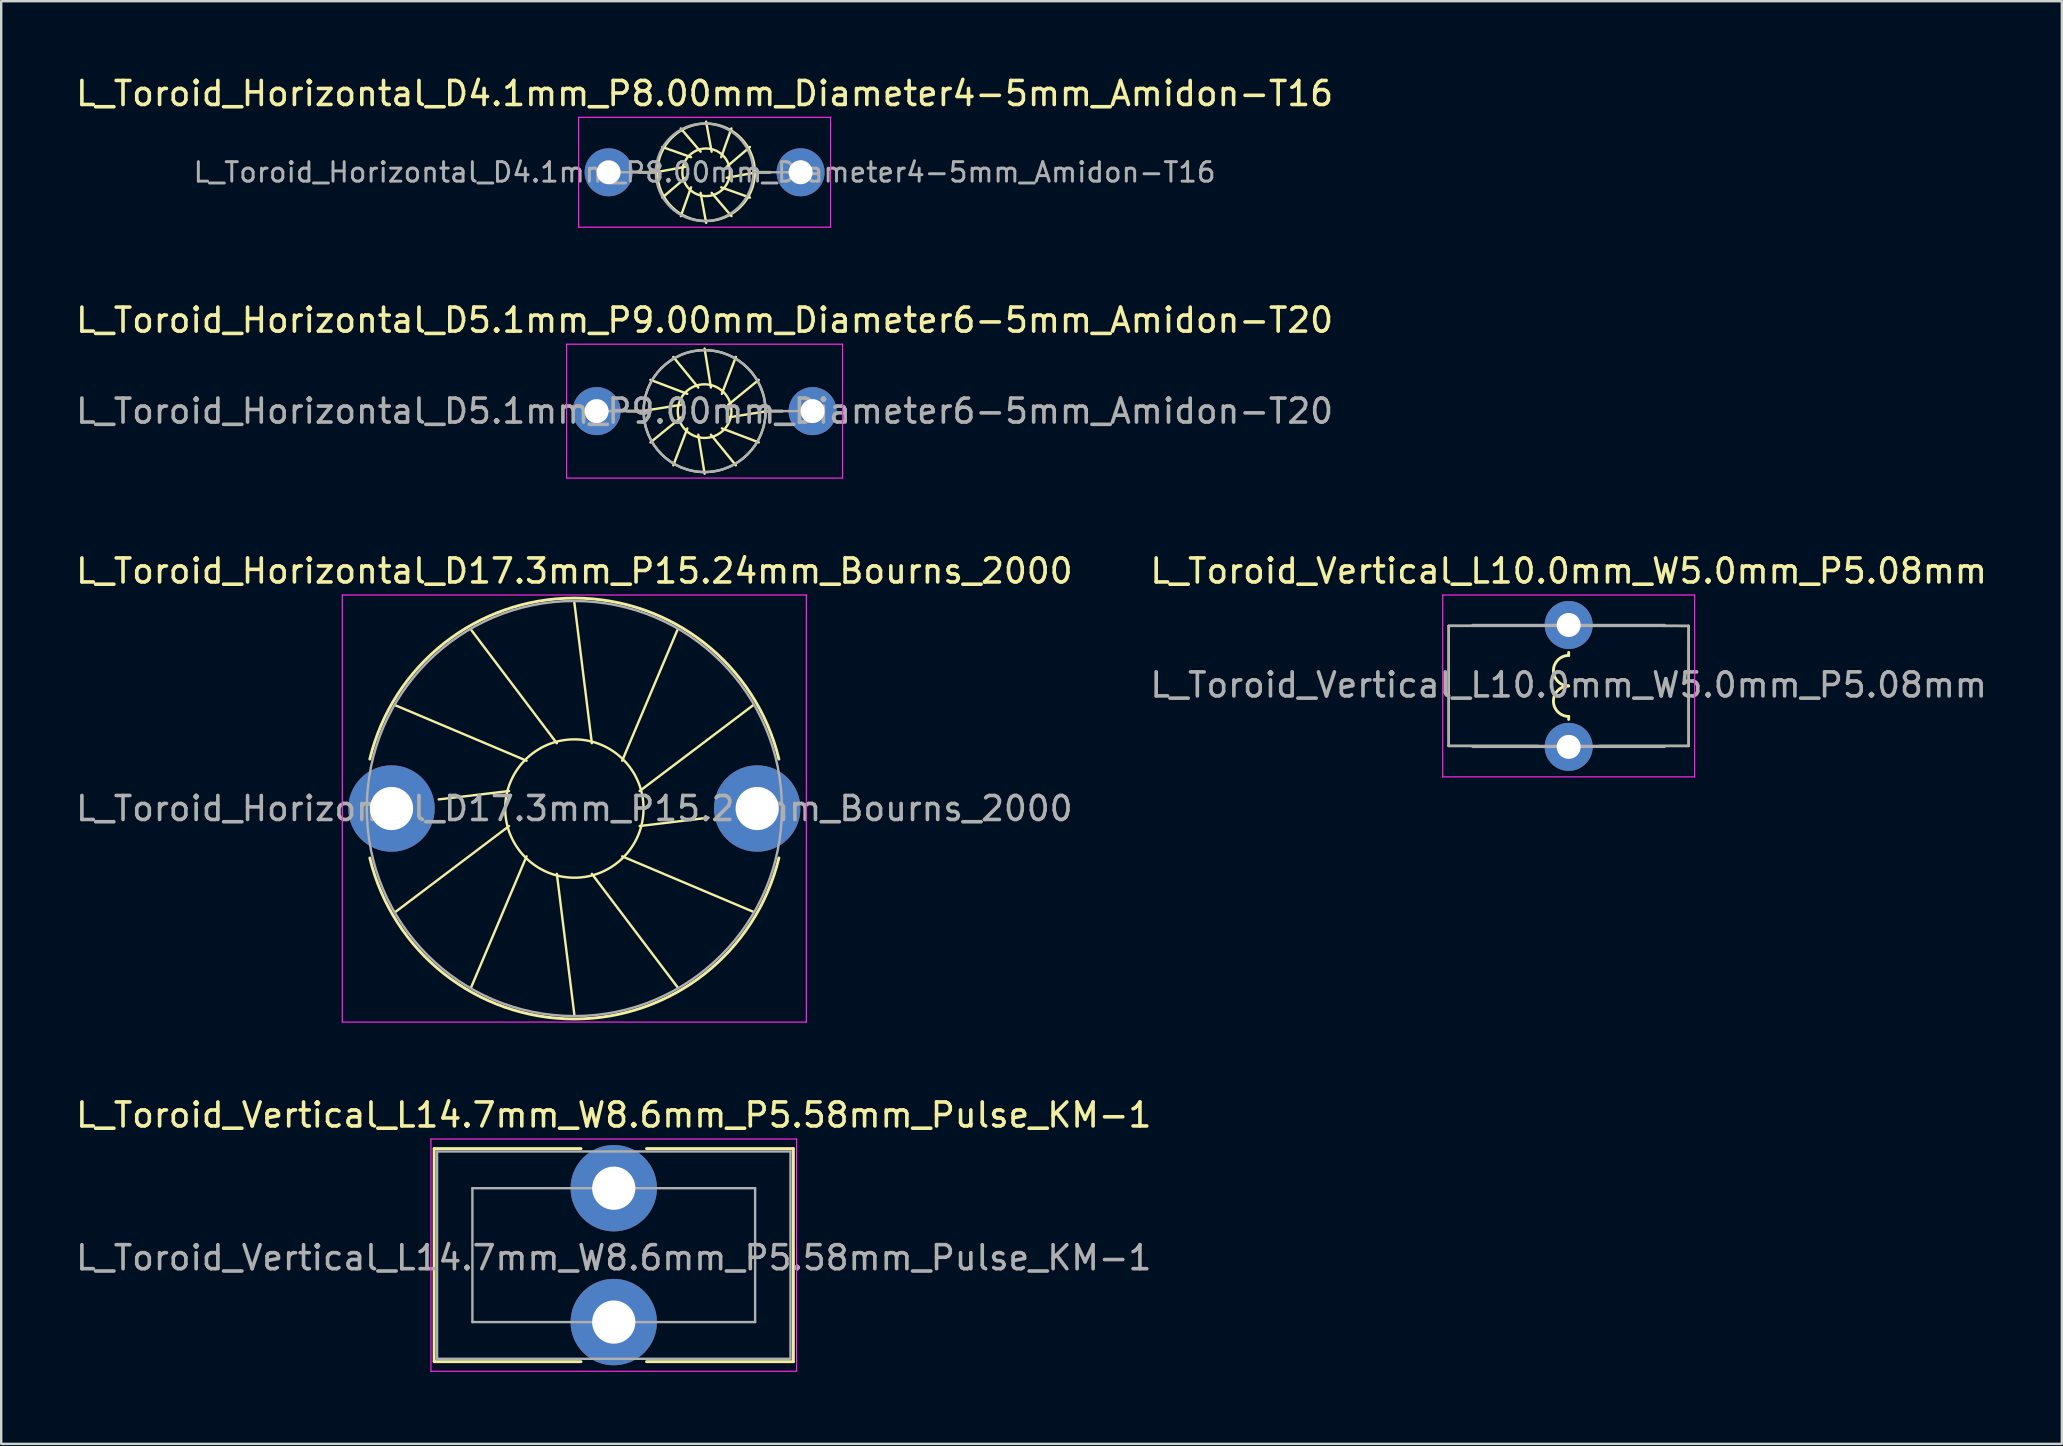
<source format=kicad_pcb>
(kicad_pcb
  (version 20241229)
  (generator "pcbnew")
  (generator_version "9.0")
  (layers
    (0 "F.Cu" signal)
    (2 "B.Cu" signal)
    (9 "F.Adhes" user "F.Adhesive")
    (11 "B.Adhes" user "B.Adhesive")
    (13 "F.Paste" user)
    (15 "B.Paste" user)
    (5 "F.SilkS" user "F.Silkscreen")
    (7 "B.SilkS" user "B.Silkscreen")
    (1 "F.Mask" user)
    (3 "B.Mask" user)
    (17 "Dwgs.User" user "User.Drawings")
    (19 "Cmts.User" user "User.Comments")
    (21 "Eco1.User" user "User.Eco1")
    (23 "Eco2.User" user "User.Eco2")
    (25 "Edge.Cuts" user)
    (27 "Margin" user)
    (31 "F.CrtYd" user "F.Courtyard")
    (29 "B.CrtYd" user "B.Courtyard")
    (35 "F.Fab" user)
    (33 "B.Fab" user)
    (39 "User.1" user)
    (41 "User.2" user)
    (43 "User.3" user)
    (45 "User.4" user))
  (footprint "L_Toroid_Vertical_L10.0mm_W5.0mm_P5.08mm"
    (layer "F.Cu")
    (at 62.327 22.997)
    (property "Reference" "L_Toroid_Vertical_L10.0mm_W5.0mm_P5.08mm" (at 0 -2.25 0) (layer "F.SilkS") (effects (font (size 1 1) (thickness 0.15))))
    (attr through_hole)
    (fp_line (start -5 0.04) (end -5 5.04) (stroke (width 0.1) (type solid)) (layer "F.SilkS"))
    (fp_line (start -5 5.04) (end -1.27 5.04) (stroke (width 0.1) (type solid)) (layer "F.SilkS"))
    (fp_line (start -1.27 0.025) (end -5 0.036) (stroke (width 0.1) (type solid)) (layer "F.SilkS"))
    (fp_line (start 0 1.27) (end 0 1.143) (stroke (width 0.12) (type solid)) (layer "F.SilkS"))
    (fp_line (start 0 3.937) (end 0 3.81) (stroke (width 0.12) (type solid)) (layer "F.SilkS"))
    (fp_line (start 1.27 5.04) (end 5 5.04) (stroke (width 0.1) (type solid)) (layer "F.SilkS"))
    (fp_line (start 5 0.04) (end 1.27 0.025) (stroke (width 0.1) (type solid)) (layer "F.SilkS"))
    (fp_line (start 5 5.04) (end 5 0.04) (stroke (width 0.1) (type solid)) (layer "F.SilkS"))
    (fp_arc (start 0 2.54) (mid -0.635 1.905) (end 0 1.27) (stroke (width 0.12) (type solid)) (layer "F.SilkS"))
    (fp_arc (start 0 3.81) (mid -0.635 3.175) (end 0 2.54) (stroke (width 0.12) (type solid)) (layer "F.SilkS"))
    (fp_line (start -5.25 -1.25) (end -5.25 6.33) (stroke (width 0.05) (type solid)) (layer "F.CrtYd"))
    (fp_line (start -5.25 6.33) (end 5.25 6.33) (stroke (width 0.05) (type solid)) (layer "F.CrtYd"))
    (fp_line (start 5.25 -1.25) (end -5.25 -1.25) (stroke (width 0.05) (type solid)) (layer "F.CrtYd"))
    (fp_line (start 5.25 6.33) (end 5.25 -1.25) (stroke (width 0.05) (type solid)) (layer "F.CrtYd"))
    (fp_line (start -5 0.04) (end -5 5.04) (stroke (width 0.1) (type solid)) (layer "F.Fab"))
    (fp_line (start -5 5.04) (end 5 5.04) (stroke (width 0.1) (type solid)) (layer "F.Fab"))
    (fp_line (start -4 5.08) (end 4 5.08) (stroke (width 0.1) (type solid)) (layer "F.Fab"))
    (fp_line (start 4 0) (end -4 0) (stroke (width 0.1) (type solid)) (layer "F.Fab"))
    (fp_line (start 5 0.04) (end -5 0.04) (stroke (width 0.1) (type solid)) (layer "F.Fab"))
    (fp_line (start 5 5.04) (end 5 0.04) (stroke (width 0.1) (type solid)) (layer "F.Fab"))
    (fp_text user "${REFERENCE}" (at 0 2.5 0) (layer "F.Fab") (effects (font (size 1 1) (thickness 0.15))))
    (pad "1" thru_hole circle (at 0 0) (size 2 2) (drill 1) (layers "*.Cu" "*.Mask"))
    (pad "2" thru_hole circle (at 0 5.08) (size 2 2) (drill 1) (layers "*.Cu" "*.Mask")))
  (footprint "L_Toroid_Vertical_L14.7mm_W8.6mm_P5.58mm_Pulse_KM-1"
    (layer "F.Cu")
    (at 22.53 46.47)
    (property "Reference" "L_Toroid_Vertical_L14.7mm_W8.6mm_P5.58mm_Pulse_KM-1" (at 0 -3.05 0) (layer "F.SilkS") (effects (font (size 1 1) (thickness 0.15))))
    (attr through_hole)
    (fp_line (start -7.485 -1.65) (end -7.485 7.23) (stroke (width 0.12) (type solid)) (layer "F.SilkS"))
    (fp_line (start -7.485 -1.65) (end -1.365 -1.65) (stroke (width 0.12) (type solid)) (layer "F.SilkS"))
    (fp_line (start -7.485 7.23) (end -1.365 7.23) (stroke (width 0.12) (type solid)) (layer "F.SilkS"))
    (fp_line (start 1.365 -1.65) (end 7.485 -1.65) (stroke (width 0.12) (type solid)) (layer "F.SilkS"))
    (fp_line (start 1.365 7.23) (end 7.485 7.23) (stroke (width 0.12) (type solid)) (layer "F.SilkS"))
    (fp_line (start 7.485 -1.65) (end 7.485 7.23) (stroke (width 0.12) (type solid)) (layer "F.SilkS"))
    (fp_line (start -7.62 -2.05) (end -7.62 7.63) (stroke (width 0.05) (type solid)) (layer "F.CrtYd"))
    (fp_line (start -7.62 7.63) (end 7.62 7.63) (stroke (width 0.05) (type solid)) (layer "F.CrtYd"))
    (fp_line (start 7.62 -2.05) (end -7.62 -2.05) (stroke (width 0.05) (type solid)) (layer "F.CrtYd"))
    (fp_line (start 7.62 7.63) (end 7.62 -2.05) (stroke (width 0.05) (type solid)) (layer "F.CrtYd"))
    (fp_line (start -7.365 -1.53) (end -7.365 7.11) (stroke (width 0.1) (type solid)) (layer "F.Fab"))
    (fp_line (start -7.365 7.11) (end 7.365 7.11) (stroke (width 0.1) (type solid)) (layer "F.Fab"))
    (fp_line (start -5.892 0) (end -5.892 5.58) (stroke (width 0.1) (type solid)) (layer "F.Fab"))
    (fp_line (start -5.892 5.58) (end 5.892 5.58) (stroke (width 0.1) (type solid)) (layer "F.Fab"))
    (fp_line (start 5.892 0) (end -5.892 0) (stroke (width 0.1) (type solid)) (layer "F.Fab"))
    (fp_line (start 5.892 5.58) (end 5.892 0) (stroke (width 0.1) (type solid)) (layer "F.Fab"))
    (fp_line (start 7.365 -1.53) (end -7.365 -1.53) (stroke (width 0.1) (type solid)) (layer "F.Fab"))
    (fp_line (start 7.365 7.11) (end 7.365 -1.53) (stroke (width 0.1) (type solid)) (layer "F.Fab"))
    (fp_text user "${REFERENCE}" (at 0 2.9 0) (layer "F.Fab") (effects (font (size 1 1) (thickness 0.15))))
    (pad "1" thru_hole circle (at 0 0) (size 3.6 3.6) (drill 1.8) (layers "*.Cu" "*.Mask"))
    (pad "2" thru_hole circle (at 0 5.58) (size 3.6 3.6) (drill 1.8) (layers "*.Cu" "*.Mask")))
  (footprint "L_Toroid_Horizontal_D4.1mm_P8.00mm_Diameter4-5mm_Amidon-T16"
    (layer "F.Cu")
    (at 22.315 4.13)
    (property "Reference" "L_Toroid_Horizontal_D4.1mm_P8.00mm_Diameter4-5mm_Amidon-T16" (at 4 -3.282 0) (layer "F.SilkS") (effects (font (size 1 1) (thickness 0.15))))
    (attr through_hole)
    (fp_line (start 1.955 0.000195) (end 1.27 0) (stroke (width 0.12) (type solid)) (layer "F.SilkS"))
    (fp_line (start 1.955 0.000195) (end 3.206 -0.23) (stroke (width 0.1) (type solid)) (layer "F.SilkS"))
    (fp_line (start 2.237 -1.054) (end 3.436 -0.628) (stroke (width 0.1) (type solid)) (layer "F.SilkS"))
    (fp_line (start 2.238 1.055) (end 3.206 0.23) (stroke (width 0.1) (type solid)) (layer "F.SilkS"))
    (fp_line (start 3.009 -1.826) (end 3.834 -0.858) (stroke (width 0.1) (type solid)) (layer "F.SilkS"))
    (fp_line (start 3.01 1.826) (end 3.436 0.628) (stroke (width 0.1) (type solid)) (layer "F.SilkS"))
    (fp_line (start 4.064 -2.109) (end 4.294 -0.858) (stroke (width 0.1) (type solid)) (layer "F.SilkS"))
    (fp_line (start 4.064 2.109) (end 3.834 0.858) (stroke (width 0.1) (type solid)) (layer "F.SilkS"))
    (fp_line (start 5.118 -1.827) (end 4.692 -0.628) (stroke (width 0.1) (type solid)) (layer "F.SilkS"))
    (fp_line (start 5.119 1.826) (end 4.294 0.858) (stroke (width 0.1) (type solid)) (layer "F.SilkS"))
    (fp_line (start 5.89 -1.055) (end 4.922 -0.23) (stroke (width 0.1) (type solid)) (layer "F.SilkS"))
    (fp_line (start 5.89 1.054) (end 4.692 0.628) (stroke (width 0.1) (type solid)) (layer "F.SilkS"))
    (fp_line (start 6.173 0) (end 4.922 0.23) (stroke (width 0.1) (type solid)) (layer "F.SilkS"))
    (fp_line (start 6.173 0) (end 6.731 0) (stroke (width 0.12) (type solid)) (layer "F.SilkS"))
    (fp_circle (center 4.064 0) (end 5.055 0) (stroke (width 0.1) (type solid)) (fill no) (layer "F.SilkS"))
    (fp_circle (center 4.064 0) (end 6.096 0) (stroke (width 0.1) (type solid)) (fill no) (layer "F.SilkS"))
    (fp_line (start -1.25 -2.29) (end -1.25 2.29) (stroke (width 0.05) (type solid)) (layer "F.CrtYd"))
    (fp_line (start -1.25 2.29) (end 9.25 2.29) (stroke (width 0.05) (type solid)) (layer "F.CrtYd"))
    (fp_line (start 9.25 -2.29) (end -1.25 -2.29) (stroke (width 0.05) (type solid)) (layer "F.CrtYd"))
    (fp_line (start 9.25 2.29) (end 9.25 -2.29) (stroke (width 0.05) (type solid)) (layer "F.CrtYd"))
    (fp_line (start 0 0) (end 1.968 0) (stroke (width 0.1) (type solid)) (layer "F.Fab"))
    (fp_line (start 8 0) (end 6.032 0) (stroke (width 0.1) (type solid)) (layer "F.Fab"))
    (fp_circle (center 4 0) (end 6.032 0) (stroke (width 0.1) (type solid)) (fill no) (layer "F.Fab"))
    (fp_text user "${REFERENCE}" (at 4 0 0) (layer "F.Fab") (effects (font (size 0.813 0.813) (thickness 0.122))))
    (pad "1" thru_hole circle (at 0 0) (size 2 2) (drill 1) (layers "*.Cu" "*.Mask"))
    (pad "2" thru_hole circle (at 8 0) (size 2 2) (drill 1) (layers "*.Cu" "*.Mask")))
  (footprint "L_Toroid_Horizontal_D5.1mm_P9.00mm_Diameter6-5mm_Amidon-T20"
    (layer "F.Cu")
    (at 21.815 14.084)
    (property "Reference" "L_Toroid_Horizontal_D5.1mm_P9.00mm_Diameter6-5mm_Amidon-T20" (at 4.5 -3.79 0) (layer "F.SilkS") (effects (font (size 1 1) (thickness 0.15))))
    (attr through_hole)
    (fp_line (start 1.893 0.000242) (end 1.27 0) (stroke (width 0.12) (type solid)) (layer "F.SilkS"))
    (fp_line (start 1.893 0.000242) (end 3.517 -0.263) (stroke (width 0.1) (type solid)) (layer "F.SilkS"))
    (fp_line (start 2.242 -1.303) (end 3.78 -0.719) (stroke (width 0.1) (type solid)) (layer "F.SilkS"))
    (fp_line (start 2.243 1.304) (end 3.517 0.263) (stroke (width 0.1) (type solid)) (layer "F.SilkS"))
    (fp_line (start 3.196 -2.257) (end 4.237 -0.983) (stroke (width 0.1) (type solid)) (layer "F.SilkS"))
    (fp_line (start 3.197 2.258) (end 3.781 0.72) (stroke (width 0.1) (type solid)) (layer "F.SilkS"))
    (fp_line (start 4.5 -2.607) (end 4.763 -0.983) (stroke (width 0.1) (type solid)) (layer "F.SilkS"))
    (fp_line (start 4.5 2.607) (end 4.237 0.983) (stroke (width 0.1) (type solid)) (layer "F.SilkS"))
    (fp_line (start 5.803 -2.258) (end 5.219 -0.72) (stroke (width 0.1) (type solid)) (layer "F.SilkS"))
    (fp_line (start 5.803 2.258) (end 4.763 0.983) (stroke (width 0.1) (type solid)) (layer "F.SilkS"))
    (fp_line (start 6.757 -1.304) (end 5.483 -0.264) (stroke (width 0.1) (type solid)) (layer "F.SilkS"))
    (fp_line (start 6.758 1.303) (end 5.22 0.72) (stroke (width 0.1) (type solid)) (layer "F.SilkS"))
    (fp_line (start 7.107 0) (end 5.483 0.263) (stroke (width 0.1) (type solid)) (layer "F.SilkS"))
    (fp_line (start 7.112 0) (end 7.747 0) (stroke (width 0.12) (type solid)) (layer "F.SilkS"))
    (fp_circle (center 4.5 0) (end 5.618 0) (stroke (width 0.1) (type solid)) (fill no) (layer "F.SilkS"))
    (fp_circle (center 4.5 0) (end 7.04 0) (stroke (width 0.1) (type solid)) (fill no) (layer "F.SilkS"))
    (fp_line (start -1.25 -2.79) (end -1.25 2.79) (stroke (width 0.05) (type solid)) (layer "F.CrtYd"))
    (fp_line (start -1.25 2.79) (end 10.25 2.79) (stroke (width 0.05) (type solid)) (layer "F.CrtYd"))
    (fp_line (start 10.25 -2.79) (end -1.25 -2.79) (stroke (width 0.05) (type solid)) (layer "F.CrtYd"))
    (fp_line (start 10.25 2.79) (end 10.25 -2.79) (stroke (width 0.05) (type solid)) (layer "F.CrtYd"))
    (fp_line (start 0 0) (end 1.96 0) (stroke (width 0.1) (type solid)) (layer "F.Fab"))
    (fp_line (start 9 0) (end 7.04 0) (stroke (width 0.1) (type solid)) (layer "F.Fab"))
    (fp_circle (center 4.5 0) (end 7.04 0) (stroke (width 0.1) (type solid)) (fill no) (layer "F.Fab"))
    (fp_text user "${REFERENCE}" (at 4.5 0 0) (layer "F.Fab") (effects (font (size 1 1) (thickness 0.15))))
    (pad "1" thru_hole circle (at 0 0) (size 2 2) (drill 1) (layers "*.Cu" "*.Mask"))
    (pad "2" thru_hole circle (at 9 0) (size 2 2) (drill 1) (layers "*.Cu" "*.Mask")))
  (footprint "L_Toroid_Horizontal_D17.3mm_P15.24mm_Bourns_2000"
    (layer "F.Cu")
    (at 13.267 30.647)
    (property "Reference" "L_Toroid_Horizontal_D17.3mm_P15.24mm_Bourns_2000" (at 7.62 -9.9 0) (layer "F.SilkS") (effects (font (size 1 1) (thickness 0.15))))
    (attr through_hole)
    (fp_line (start 0.176 -4.296) (end 5.627 -1.993) (stroke (width 0.1) (type solid)) (layer "F.SilkS"))
    (fp_line (start 0.177 4.298) (end 4.898 0.73) (stroke (width 0.1) (type solid)) (layer "F.SilkS"))
    (fp_line (start 1.968 -0.381) (end 4.897 -0.729) (stroke (width 0.1) (type solid)) (layer "F.SilkS"))
    (fp_line (start 3.322 -7.443) (end 6.89 -2.722) (stroke (width 0.1) (type solid)) (layer "F.SilkS"))
    (fp_line (start 3.323 7.443) (end 5.627 1.993) (stroke (width 0.1) (type solid)) (layer "F.SilkS"))
    (fp_line (start 7.619 -8.595) (end 8.349 -2.723) (stroke (width 0.1) (type solid)) (layer "F.SilkS"))
    (fp_line (start 7.62 8.595) (end 6.891 2.723) (stroke (width 0.1) (type solid)) (layer "F.SilkS"))
    (fp_line (start 11.916 -7.444) (end 9.613 -1.993) (stroke (width 0.1) (type solid)) (layer "F.SilkS"))
    (fp_line (start 11.918 7.443) (end 8.35 2.723) (stroke (width 0.1) (type solid)) (layer "F.SilkS"))
    (fp_line (start 13.208 0.381) (end 10.343 0.729) (stroke (width 0.1) (type solid)) (layer "F.SilkS"))
    (fp_line (start 15.062 -4.299) (end 10.342 -0.73) (stroke (width 0.1) (type solid)) (layer "F.SilkS"))
    (fp_line (start 15.063 4.297) (end 9.613 1.993) (stroke (width 0.1) (type solid)) (layer "F.SilkS"))
    (fp_arc (start -0.904629 -2.06) (mid 7.62 -8.77) (end 16.144629 -2.06) (stroke (width 0.12) (type solid)) (layer "F.SilkS"))
    (fp_arc (start 16.144629 2.06) (mid 7.62 8.77) (end -0.904629 2.06) (stroke (width 0.12) (type solid)) (layer "F.SilkS"))
    (fp_circle (center 7.62 0) (end 10.503 0) (stroke (width 0.1) (type solid)) (fill no) (layer "F.SilkS"))
    (fp_line (start -2.05 -8.9) (end -2.05 8.9) (stroke (width 0.05) (type solid)) (layer "F.CrtYd"))
    (fp_line (start -2.05 8.9) (end 17.29 8.9) (stroke (width 0.05) (type solid)) (layer "F.CrtYd"))
    (fp_line (start 17.29 -8.9) (end -2.05 -8.9) (stroke (width 0.05) (type solid)) (layer "F.CrtYd"))
    (fp_line (start 17.29 8.9) (end 17.29 -8.9) (stroke (width 0.05) (type solid)) (layer "F.CrtYd"))
    (fp_circle (center 7.62 0) (end 16.27 0) (stroke (width 0.1) (type solid)) (fill no) (layer "F.Fab"))
    (fp_text user "${REFERENCE}" (at 7.62 0 0) (layer "F.Fab") (effects (font (size 1 1) (thickness 0.15))))
    (pad "1" thru_hole circle (at 0 0) (size 3.6 3.6) (drill 1.8) (layers "*.Cu" "*.Mask"))
    (pad "2" thru_hole circle (at 15.24 0) (size 3.6 3.6) (drill 1.8) (layers "*.Cu" "*.Mask")))
  (gr_rect
    (start -3 -3)
    (end 82.881 57.125)
    (stroke (width 0.1) (type default))
    (fill no)
    (layer "Edge.Cuts")))
</source>
